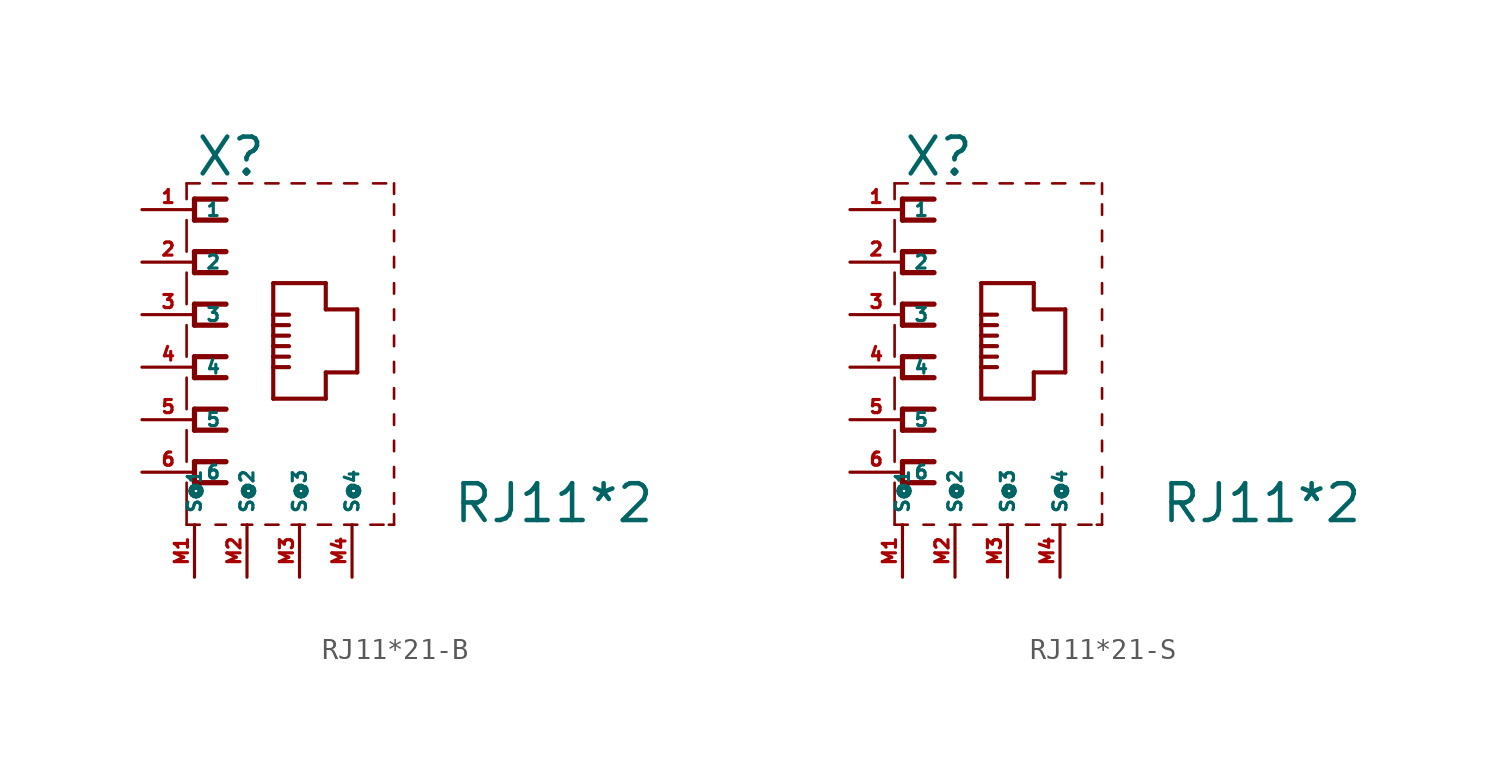
<source format=kicad_sym>
(kicad_symbol_lib
  (version 20220914)
  (generator Eagle2Kicad)
  (symbol "RJ11*21-B"
    (property "Reference" "X"
      (at -5.08 9.144 0)
      (effects (font (size 1.778 1.778) (thickness 0.22)) (justify left bottom)))
    (property "Value" "RJ11*2"
      (at 7.366 -7.62 0)
      (effects (font (size 1.778 1.778) (thickness 0.22)) (justify left bottom)))
    (polyline
      (pts (xy -3.556 8.128) (xy -5.08 8.128))
      (stroke (width 0.254) (type default))
      (fill (type none)))
    (polyline
      (pts (xy -5.08 8.128) (xy -5.08 7.112))
      (stroke (width 0.254) (type default))
      (fill (type none)))
    (polyline
      (pts (xy -5.08 7.112) (xy -3.556 7.112))
      (stroke (width 0.254) (type default))
      (fill (type none)))
    (polyline
      (pts (xy -3.556 5.588) (xy -5.08 5.588))
      (stroke (width 0.254) (type default))
      (fill (type none)))
    (polyline
      (pts (xy -5.08 5.588) (xy -5.08 4.572))
      (stroke (width 0.254) (type default))
      (fill (type none)))
    (polyline
      (pts (xy -5.08 4.572) (xy -3.556 4.572))
      (stroke (width 0.254) (type default))
      (fill (type none)))
    (polyline
      (pts (xy -3.556 3.048) (xy -5.08 3.048))
      (stroke (width 0.254) (type default))
      (fill (type none)))
    (polyline
      (pts (xy -5.08 3.048) (xy -5.08 2.032))
      (stroke (width 0.254) (type default))
      (fill (type none)))
    (polyline
      (pts (xy -5.08 2.032) (xy -3.556 2.032))
      (stroke (width 0.254) (type default))
      (fill (type none)))
    (polyline
      (pts (xy -3.556 0.508) (xy -5.08 0.508))
      (stroke (width 0.254) (type default))
      (fill (type none)))
    (polyline
      (pts (xy -5.08 0.508) (xy -5.08 -0.508))
      (stroke (width 0.254) (type default))
      (fill (type none)))
    (polyline
      (pts (xy -5.08 -0.508) (xy -3.556 -0.508))
      (stroke (width 0.254) (type default))
      (fill (type none)))
    (polyline
      (pts (xy -3.556 -2.032) (xy -5.08 -2.032))
      (stroke (width 0.254) (type default))
      (fill (type none)))
    (polyline
      (pts (xy -5.08 -2.032) (xy -5.08 -3.048))
      (stroke (width 0.254) (type default))
      (fill (type none)))
    (polyline
      (pts (xy -5.08 -3.048) (xy -3.556 -3.048))
      (stroke (width 0.254) (type default))
      (fill (type none)))
    (polyline
      (pts (xy -3.556 -4.572) (xy -5.08 -4.572))
      (stroke (width 0.254) (type default))
      (fill (type none)))
    (polyline
      (pts (xy -5.08 -4.572) (xy -5.08 -5.588))
      (stroke (width 0.254) (type default))
      (fill (type none)))
    (polyline
      (pts (xy -5.08 -5.588) (xy -3.556 -5.588))
      (stroke (width 0.254) (type default))
      (fill (type none)))
    (polyline
      (pts (xy -5.461 -7.62) (xy -4.826 -7.62))
      (stroke (width 0.127) (type default))
      (fill (type none)))
    (polyline
      (pts (xy -4.064 -7.62) (xy -3.556 -7.62))
      (stroke (width 0.127) (type default))
      (fill (type none)))
    (polyline
      (pts (xy -2.794 -7.62) (xy -2.286 -7.62))
      (stroke (width 0.127) (type default))
      (fill (type none)))
    (polyline
      (pts (xy 4.318 -7.62) (xy 4.572 -7.62))
      (stroke (width 0.127) (type default))
      (fill (type none)))
    (polyline
      (pts (xy 4.572 -7.62) (xy 4.572 -7.112))
      (stroke (width 0.127) (type default))
      (fill (type none)))
    (polyline
      (pts (xy 4.572 7.366) (xy 4.572 7.874))
      (stroke (width 0.127) (type default))
      (fill (type none)))
    (polyline
      (pts (xy 4.572 8.382) (xy 4.572 8.89))
      (stroke (width 0.127) (type default))
      (fill (type none)))
    (polyline
      (pts (xy -4.826 8.89) (xy -5.461 8.89))
      (stroke (width 0.127) (type default))
      (fill (type none)))
    (polyline
      (pts (xy -5.461 8.89) (xy -5.461 8.128))
      (stroke (width 0.127) (type default))
      (fill (type none)))
    (polyline
      (pts (xy -5.461 7.112) (xy -5.461 5.588))
      (stroke (width 0.127) (type default))
      (fill (type none)))
    (polyline
      (pts (xy -5.461 4.572) (xy -5.461 3.048))
      (stroke (width 0.127) (type default))
      (fill (type none)))
    (polyline
      (pts (xy -5.461 2.032) (xy -5.461 0.508))
      (stroke (width 0.127) (type default))
      (fill (type none)))
    (polyline
      (pts (xy -5.461 -0.508) (xy -5.461 -2.032))
      (stroke (width 0.127) (type default))
      (fill (type none)))
    (polyline
      (pts (xy -5.461 -3.048) (xy -5.461 -4.572))
      (stroke (width 0.127) (type default))
      (fill (type none)))
    (polyline
      (pts (xy -5.461 -5.588) (xy -5.461 -7.62))
      (stroke (width 0.127) (type default))
      (fill (type none)))
    (polyline
      (pts (xy -1.27 4.064) (xy -1.27 2.54))
      (stroke (width 0.2) (type default))
      (fill (type none)))
    (polyline
      (pts (xy -1.27 2.54) (xy -1.27 2.032))
      (stroke (width 0.2) (type default))
      (fill (type none)))
    (polyline
      (pts (xy -1.27 2.032) (xy -1.27 1.524))
      (stroke (width 0.2) (type default))
      (fill (type none)))
    (polyline
      (pts (xy -1.27 1.524) (xy -1.27 1.016))
      (stroke (width 0.2) (type default))
      (fill (type none)))
    (polyline
      (pts (xy -1.27 1.016) (xy -1.27 0.508))
      (stroke (width 0.2) (type default))
      (fill (type none)))
    (polyline
      (pts (xy -1.27 0.508) (xy -1.27 0))
      (stroke (width 0.2) (type default))
      (fill (type none)))
    (polyline
      (pts (xy -1.27 0) (xy -1.27 -1.524))
      (stroke (width 0.2) (type default))
      (fill (type none)))
    (polyline
      (pts (xy -1.27 -1.524) (xy 1.27 -1.524))
      (stroke (width 0.2) (type default))
      (fill (type none)))
    (polyline
      (pts (xy 1.27 -1.524) (xy 1.27 -0.254))
      (stroke (width 0.2) (type default))
      (fill (type none)))
    (polyline
      (pts (xy 1.27 -0.254) (xy 2.794 -0.254))
      (stroke (width 0.2) (type default))
      (fill (type none)))
    (polyline
      (pts (xy 2.794 -0.254) (xy 2.794 2.794))
      (stroke (width 0.2) (type default))
      (fill (type none)))
    (polyline
      (pts (xy 2.794 2.794) (xy 1.27 2.794))
      (stroke (width 0.2) (type default))
      (fill (type none)))
    (polyline
      (pts (xy 1.27 2.794) (xy 1.27 4.064))
      (stroke (width 0.2) (type default))
      (fill (type none)))
    (polyline
      (pts (xy 1.27 4.064) (xy -1.27 4.064))
      (stroke (width 0.2) (type default))
      (fill (type none)))
    (polyline
      (pts (xy -1.27 2.54) (xy -0.508 2.54))
      (stroke (width 0.2) (type default))
      (fill (type none)))
    (polyline
      (pts (xy -1.27 2.032) (xy -0.508 2.032))
      (stroke (width 0.2) (type default))
      (fill (type none)))
    (polyline
      (pts (xy -1.27 1.524) (xy -0.508 1.524))
      (stroke (width 0.2) (type default))
      (fill (type none)))
    (polyline
      (pts (xy -1.27 1.016) (xy -0.508 1.016))
      (stroke (width 0.2) (type default))
      (fill (type none)))
    (polyline
      (pts (xy -1.27 0.508) (xy -0.508 0.508))
      (stroke (width 0.2) (type default))
      (fill (type none)))
    (polyline
      (pts (xy -1.27 0) (xy -0.508 0))
      (stroke (width 0.2) (type default))
      (fill (type none)))
    (polyline
      (pts (xy 4.572 6.096) (xy 4.572 6.604))
      (stroke (width 0.127) (type default))
      (fill (type none)))
    (polyline
      (pts (xy 4.572 4.826) (xy 4.572 5.334))
      (stroke (width 0.127) (type default))
      (fill (type none)))
    (polyline
      (pts (xy 4.572 3.556) (xy 4.572 4.064))
      (stroke (width 0.127) (type default))
      (fill (type none)))
    (polyline
      (pts (xy 4.572 2.286) (xy 4.572 2.794))
      (stroke (width 0.127) (type default))
      (fill (type none)))
    (polyline
      (pts (xy 4.572 1.016) (xy 4.572 1.524))
      (stroke (width 0.127) (type default))
      (fill (type none)))
    (polyline
      (pts (xy 4.572 -0.254) (xy 4.572 0.254))
      (stroke (width 0.127) (type default))
      (fill (type none)))
    (polyline
      (pts (xy 4.572 -1.524) (xy 4.572 -1.016))
      (stroke (width 0.127) (type default))
      (fill (type none)))
    (polyline
      (pts (xy 4.572 -2.794) (xy 4.572 -2.286))
      (stroke (width 0.127) (type default))
      (fill (type none)))
    (polyline
      (pts (xy 4.572 -4.064) (xy 4.572 -3.556))
      (stroke (width 0.127) (type default))
      (fill (type none)))
    (polyline
      (pts (xy 4.572 -5.334) (xy 4.572 -4.826))
      (stroke (width 0.127) (type default))
      (fill (type none)))
    (polyline
      (pts (xy 4.572 -6.604) (xy 4.572 -6.096))
      (stroke (width 0.127) (type default))
      (fill (type none)))
    (polyline
      (pts (xy -1.016 -7.62) (xy -1.651 -7.62))
      (stroke (width 0.127) (type default))
      (fill (type none)))
    (polyline
      (pts (xy 0.254 -7.62) (xy -0.381 -7.62))
      (stroke (width 0.127) (type default))
      (fill (type none)))
    (polyline
      (pts (xy 1.524 -7.62) (xy 0.889 -7.62))
      (stroke (width 0.127) (type default))
      (fill (type none)))
    (polyline
      (pts (xy 2.794 -7.62) (xy 2.159 -7.62))
      (stroke (width 0.127) (type default))
      (fill (type none)))
    (polyline
      (pts (xy 4.064 -7.62) (xy 3.429 -7.62))
      (stroke (width 0.127) (type default))
      (fill (type none)))
    (polyline
      (pts (xy -3.556 8.89) (xy -4.191 8.89))
      (stroke (width 0.127) (type default))
      (fill (type none)))
    (polyline
      (pts (xy -2.286 8.89) (xy -2.921 8.89))
      (stroke (width 0.127) (type default))
      (fill (type none)))
    (polyline
      (pts (xy -1.016 8.89) (xy -1.651 8.89))
      (stroke (width 0.127) (type default))
      (fill (type none)))
    (polyline
      (pts (xy 0.254 8.89) (xy -0.381 8.89))
      (stroke (width 0.127) (type default))
      (fill (type none)))
    (polyline
      (pts (xy 1.524 8.89) (xy 0.889 8.89))
      (stroke (width 0.127) (type default))
      (fill (type none)))
    (polyline
      (pts (xy 2.794 8.89) (xy 2.159 8.89))
      (stroke (width 0.127) (type default))
      (fill (type none)))
    (polyline
      (pts (xy 3.556 8.89) (xy 4.191 8.89))
      (stroke (width 0.127) (type default))
      (fill (type none)))
    (pin passive line
      (at -7.62 7.62 0)
      (length 2.54)
      (name "1" (effects (font (size 0.635 0.635) (thickness 0.08)) (justify left bottom)))
      (number "1" (effects (font (size 0.635 0.635) (thickness 0.08)) (justify left bottom))))
    (pin passive line
      (at -7.62 5.08 0)
      (length 2.54)
      (name "2" (effects (font (size 0.635 0.635) (thickness 0.08)) (justify left bottom)))
      (number "2" (effects (font (size 0.635 0.635) (thickness 0.08)) (justify left bottom))))
    (pin passive line
      (at -7.62 2.54 0)
      (length 2.54)
      (name "3" (effects (font (size 0.635 0.635) (thickness 0.08)) (justify left bottom)))
      (number "3" (effects (font (size 0.635 0.635) (thickness 0.08)) (justify left bottom))))
    (pin passive line
      (at -7.62 0 0)
      (length 2.54)
      (name "4" (effects (font (size 0.635 0.635) (thickness 0.08)) (justify left bottom)))
      (number "4" (effects (font (size 0.635 0.635) (thickness 0.08)) (justify left bottom))))
    (pin passive line
      (at -7.62 -2.54 0)
      (length 2.54)
      (name "5" (effects (font (size 0.635 0.635) (thickness 0.08)) (justify left bottom)))
      (number "5" (effects (font (size 0.635 0.635) (thickness 0.08)) (justify left bottom))))
    (pin passive line
      (at -7.62 -5.08 0)
      (length 2.54)
      (name "6" (effects (font (size 0.635 0.635) (thickness 0.08)) (justify left bottom)))
      (number "6" (effects (font (size 0.635 0.635) (thickness 0.08)) (justify left bottom))))
    (pin passive line
      (at -2.54 -10.16 90)
      (length 2.54)
      (name "S@2" (effects (font (size 0.635 0.635) (thickness 0.08)) (justify left bottom)))
      (number "M2" (effects (font (size 0.635 0.635) (thickness 0.08)) (justify left bottom))))
    (pin passive line
      (at -5.08 -10.16 90)
      (length 2.54)
      (name "S@1" (effects (font (size 0.635 0.635) (thickness 0.08)) (justify left bottom)))
      (number "M1" (effects (font (size 0.635 0.635) (thickness 0.08)) (justify left bottom))))
    (pin passive line
      (at 0 -10.16 90)
      (length 2.54)
      (name "S@3" (effects (font (size 0.635 0.635) (thickness 0.08)) (justify left bottom)))
      (number "M3" (effects (font (size 0.635 0.635) (thickness 0.08)) (justify left bottom))))
    (pin passive line
      (at 2.54 -10.16 90)
      (length 2.54)
      (name "S@4" (effects (font (size 0.635 0.635) (thickness 0.08)) (justify left bottom)))
      (number "M4" (effects (font (size 0.635 0.635) (thickness 0.08)) (justify left bottom)))))
  (symbol "RJ11*21-S"
    (property "Reference" "X"
      (at -5.08 9.144 0)
      (effects (font (size 1.778 1.778) (thickness 0.22)) (justify left bottom)))
    (property "Value" "RJ11*2"
      (at 7.366 -7.62 0)
      (effects (font (size 1.778 1.778) (thickness 0.22)) (justify left bottom)))
    (polyline
      (pts (xy -3.556 8.128) (xy -5.08 8.128))
      (stroke (width 0.254) (type default))
      (fill (type none)))
    (polyline
      (pts (xy -5.08 8.128) (xy -5.08 7.112))
      (stroke (width 0.254) (type default))
      (fill (type none)))
    (polyline
      (pts (xy -5.08 7.112) (xy -3.556 7.112))
      (stroke (width 0.254) (type default))
      (fill (type none)))
    (polyline
      (pts (xy -3.556 5.588) (xy -5.08 5.588))
      (stroke (width 0.254) (type default))
      (fill (type none)))
    (polyline
      (pts (xy -5.08 5.588) (xy -5.08 4.572))
      (stroke (width 0.254) (type default))
      (fill (type none)))
    (polyline
      (pts (xy -5.08 4.572) (xy -3.556 4.572))
      (stroke (width 0.254) (type default))
      (fill (type none)))
    (polyline
      (pts (xy -3.556 3.048) (xy -5.08 3.048))
      (stroke (width 0.254) (type default))
      (fill (type none)))
    (polyline
      (pts (xy -5.08 3.048) (xy -5.08 2.032))
      (stroke (width 0.254) (type default))
      (fill (type none)))
    (polyline
      (pts (xy -5.08 2.032) (xy -3.556 2.032))
      (stroke (width 0.254) (type default))
      (fill (type none)))
    (polyline
      (pts (xy -3.556 0.508) (xy -5.08 0.508))
      (stroke (width 0.254) (type default))
      (fill (type none)))
    (polyline
      (pts (xy -5.08 0.508) (xy -5.08 -0.508))
      (stroke (width 0.254) (type default))
      (fill (type none)))
    (polyline
      (pts (xy -5.08 -0.508) (xy -3.556 -0.508))
      (stroke (width 0.254) (type default))
      (fill (type none)))
    (polyline
      (pts (xy -3.556 -2.032) (xy -5.08 -2.032))
      (stroke (width 0.254) (type default))
      (fill (type none)))
    (polyline
      (pts (xy -5.08 -2.032) (xy -5.08 -3.048))
      (stroke (width 0.254) (type default))
      (fill (type none)))
    (polyline
      (pts (xy -5.08 -3.048) (xy -3.556 -3.048))
      (stroke (width 0.254) (type default))
      (fill (type none)))
    (polyline
      (pts (xy -3.556 -4.572) (xy -5.08 -4.572))
      (stroke (width 0.254) (type default))
      (fill (type none)))
    (polyline
      (pts (xy -5.08 -4.572) (xy -5.08 -5.588))
      (stroke (width 0.254) (type default))
      (fill (type none)))
    (polyline
      (pts (xy -5.08 -5.588) (xy -3.556 -5.588))
      (stroke (width 0.254) (type default))
      (fill (type none)))
    (polyline
      (pts (xy -5.461 -7.62) (xy -4.826 -7.62))
      (stroke (width 0.127) (type default))
      (fill (type none)))
    (polyline
      (pts (xy -4.064 -7.62) (xy -3.556 -7.62))
      (stroke (width 0.127) (type default))
      (fill (type none)))
    (polyline
      (pts (xy -2.794 -7.62) (xy -2.286 -7.62))
      (stroke (width 0.127) (type default))
      (fill (type none)))
    (polyline
      (pts (xy 4.318 -7.62) (xy 4.572 -7.62))
      (stroke (width 0.127) (type default))
      (fill (type none)))
    (polyline
      (pts (xy 4.572 -7.62) (xy 4.572 -7.112))
      (stroke (width 0.127) (type default))
      (fill (type none)))
    (polyline
      (pts (xy 4.572 7.366) (xy 4.572 7.874))
      (stroke (width 0.127) (type default))
      (fill (type none)))
    (polyline
      (pts (xy 4.572 8.382) (xy 4.572 8.89))
      (stroke (width 0.127) (type default))
      (fill (type none)))
    (polyline
      (pts (xy -4.826 8.89) (xy -5.461 8.89))
      (stroke (width 0.127) (type default))
      (fill (type none)))
    (polyline
      (pts (xy -5.461 8.89) (xy -5.461 8.128))
      (stroke (width 0.127) (type default))
      (fill (type none)))
    (polyline
      (pts (xy -5.461 7.112) (xy -5.461 5.588))
      (stroke (width 0.127) (type default))
      (fill (type none)))
    (polyline
      (pts (xy -5.461 4.572) (xy -5.461 3.048))
      (stroke (width 0.127) (type default))
      (fill (type none)))
    (polyline
      (pts (xy -5.461 2.032) (xy -5.461 0.508))
      (stroke (width 0.127) (type default))
      (fill (type none)))
    (polyline
      (pts (xy -5.461 -0.508) (xy -5.461 -2.032))
      (stroke (width 0.127) (type default))
      (fill (type none)))
    (polyline
      (pts (xy -5.461 -3.048) (xy -5.461 -4.572))
      (stroke (width 0.127) (type default))
      (fill (type none)))
    (polyline
      (pts (xy -5.461 -5.588) (xy -5.461 -7.62))
      (stroke (width 0.127) (type default))
      (fill (type none)))
    (polyline
      (pts (xy -1.27 4.064) (xy -1.27 2.54))
      (stroke (width 0.2) (type default))
      (fill (type none)))
    (polyline
      (pts (xy -1.27 2.54) (xy -1.27 2.032))
      (stroke (width 0.2) (type default))
      (fill (type none)))
    (polyline
      (pts (xy -1.27 2.032) (xy -1.27 1.524))
      (stroke (width 0.2) (type default))
      (fill (type none)))
    (polyline
      (pts (xy -1.27 1.524) (xy -1.27 1.016))
      (stroke (width 0.2) (type default))
      (fill (type none)))
    (polyline
      (pts (xy -1.27 1.016) (xy -1.27 0.508))
      (stroke (width 0.2) (type default))
      (fill (type none)))
    (polyline
      (pts (xy -1.27 0.508) (xy -1.27 0))
      (stroke (width 0.2) (type default))
      (fill (type none)))
    (polyline
      (pts (xy -1.27 0) (xy -1.27 -1.524))
      (stroke (width 0.2) (type default))
      (fill (type none)))
    (polyline
      (pts (xy -1.27 -1.524) (xy 1.27 -1.524))
      (stroke (width 0.2) (type default))
      (fill (type none)))
    (polyline
      (pts (xy 1.27 -1.524) (xy 1.27 -0.254))
      (stroke (width 0.2) (type default))
      (fill (type none)))
    (polyline
      (pts (xy 1.27 -0.254) (xy 2.794 -0.254))
      (stroke (width 0.2) (type default))
      (fill (type none)))
    (polyline
      (pts (xy 2.794 -0.254) (xy 2.794 2.794))
      (stroke (width 0.2) (type default))
      (fill (type none)))
    (polyline
      (pts (xy 2.794 2.794) (xy 1.27 2.794))
      (stroke (width 0.2) (type default))
      (fill (type none)))
    (polyline
      (pts (xy 1.27 2.794) (xy 1.27 4.064))
      (stroke (width 0.2) (type default))
      (fill (type none)))
    (polyline
      (pts (xy 1.27 4.064) (xy -1.27 4.064))
      (stroke (width 0.2) (type default))
      (fill (type none)))
    (polyline
      (pts (xy -1.27 2.54) (xy -0.508 2.54))
      (stroke (width 0.2) (type default))
      (fill (type none)))
    (polyline
      (pts (xy -1.27 2.032) (xy -0.508 2.032))
      (stroke (width 0.2) (type default))
      (fill (type none)))
    (polyline
      (pts (xy -1.27 1.524) (xy -0.508 1.524))
      (stroke (width 0.2) (type default))
      (fill (type none)))
    (polyline
      (pts (xy -1.27 1.016) (xy -0.508 1.016))
      (stroke (width 0.2) (type default))
      (fill (type none)))
    (polyline
      (pts (xy -1.27 0.508) (xy -0.508 0.508))
      (stroke (width 0.2) (type default))
      (fill (type none)))
    (polyline
      (pts (xy -1.27 0) (xy -0.508 0))
      (stroke (width 0.2) (type default))
      (fill (type none)))
    (polyline
      (pts (xy 4.572 6.096) (xy 4.572 6.604))
      (stroke (width 0.127) (type default))
      (fill (type none)))
    (polyline
      (pts (xy 4.572 4.826) (xy 4.572 5.334))
      (stroke (width 0.127) (type default))
      (fill (type none)))
    (polyline
      (pts (xy 4.572 3.556) (xy 4.572 4.064))
      (stroke (width 0.127) (type default))
      (fill (type none)))
    (polyline
      (pts (xy 4.572 2.286) (xy 4.572 2.794))
      (stroke (width 0.127) (type default))
      (fill (type none)))
    (polyline
      (pts (xy 4.572 1.016) (xy 4.572 1.524))
      (stroke (width 0.127) (type default))
      (fill (type none)))
    (polyline
      (pts (xy 4.572 -0.254) (xy 4.572 0.254))
      (stroke (width 0.127) (type default))
      (fill (type none)))
    (polyline
      (pts (xy 4.572 -1.524) (xy 4.572 -1.016))
      (stroke (width 0.127) (type default))
      (fill (type none)))
    (polyline
      (pts (xy 4.572 -2.794) (xy 4.572 -2.286))
      (stroke (width 0.127) (type default))
      (fill (type none)))
    (polyline
      (pts (xy 4.572 -4.064) (xy 4.572 -3.556))
      (stroke (width 0.127) (type default))
      (fill (type none)))
    (polyline
      (pts (xy 4.572 -5.334) (xy 4.572 -4.826))
      (stroke (width 0.127) (type default))
      (fill (type none)))
    (polyline
      (pts (xy 4.572 -6.604) (xy 4.572 -6.096))
      (stroke (width 0.127) (type default))
      (fill (type none)))
    (polyline
      (pts (xy -1.016 -7.62) (xy -1.651 -7.62))
      (stroke (width 0.127) (type default))
      (fill (type none)))
    (polyline
      (pts (xy 0.254 -7.62) (xy -0.381 -7.62))
      (stroke (width 0.127) (type default))
      (fill (type none)))
    (polyline
      (pts (xy 1.524 -7.62) (xy 0.889 -7.62))
      (stroke (width 0.127) (type default))
      (fill (type none)))
    (polyline
      (pts (xy 2.794 -7.62) (xy 2.159 -7.62))
      (stroke (width 0.127) (type default))
      (fill (type none)))
    (polyline
      (pts (xy 4.064 -7.62) (xy 3.429 -7.62))
      (stroke (width 0.127) (type default))
      (fill (type none)))
    (polyline
      (pts (xy -3.556 8.89) (xy -4.191 8.89))
      (stroke (width 0.127) (type default))
      (fill (type none)))
    (polyline
      (pts (xy -2.286 8.89) (xy -2.921 8.89))
      (stroke (width 0.127) (type default))
      (fill (type none)))
    (polyline
      (pts (xy -1.016 8.89) (xy -1.651 8.89))
      (stroke (width 0.127) (type default))
      (fill (type none)))
    (polyline
      (pts (xy 0.254 8.89) (xy -0.381 8.89))
      (stroke (width 0.127) (type default))
      (fill (type none)))
    (polyline
      (pts (xy 1.524 8.89) (xy 0.889 8.89))
      (stroke (width 0.127) (type default))
      (fill (type none)))
    (polyline
      (pts (xy 2.794 8.89) (xy 2.159 8.89))
      (stroke (width 0.127) (type default))
      (fill (type none)))
    (polyline
      (pts (xy 3.556 8.89) (xy 4.191 8.89))
      (stroke (width 0.127) (type default))
      (fill (type none)))
    (pin passive line
      (at -7.62 7.62 0)
      (length 2.54)
      (name "1" (effects (font (size 0.635 0.635) (thickness 0.08)) (justify left bottom)))
      (number "1" (effects (font (size 0.635 0.635) (thickness 0.08)) (justify left bottom))))
    (pin passive line
      (at -7.62 5.08 0)
      (length 2.54)
      (name "2" (effects (font (size 0.635 0.635) (thickness 0.08)) (justify left bottom)))
      (number "2" (effects (font (size 0.635 0.635) (thickness 0.08)) (justify left bottom))))
    (pin passive line
      (at -7.62 2.54 0)
      (length 2.54)
      (name "3" (effects (font (size 0.635 0.635) (thickness 0.08)) (justify left bottom)))
      (number "3" (effects (font (size 0.635 0.635) (thickness 0.08)) (justify left bottom))))
    (pin passive line
      (at -7.62 0 0)
      (length 2.54)
      (name "4" (effects (font (size 0.635 0.635) (thickness 0.08)) (justify left bottom)))
      (number "4" (effects (font (size 0.635 0.635) (thickness 0.08)) (justify left bottom))))
    (pin passive line
      (at -7.62 -2.54 0)
      (length 2.54)
      (name "5" (effects (font (size 0.635 0.635) (thickness 0.08)) (justify left bottom)))
      (number "5" (effects (font (size 0.635 0.635) (thickness 0.08)) (justify left bottom))))
    (pin passive line
      (at -7.62 -5.08 0)
      (length 2.54)
      (name "6" (effects (font (size 0.635 0.635) (thickness 0.08)) (justify left bottom)))
      (number "6" (effects (font (size 0.635 0.635) (thickness 0.08)) (justify left bottom))))
    (pin passive line
      (at -2.54 -10.16 90)
      (length 2.54)
      (name "S@2" (effects (font (size 0.635 0.635) (thickness 0.08)) (justify left bottom)))
      (number "M2" (effects (font (size 0.635 0.635) (thickness 0.08)) (justify left bottom))))
    (pin passive line
      (at -5.08 -10.16 90)
      (length 2.54)
      (name "S@1" (effects (font (size 0.635 0.635) (thickness 0.08)) (justify left bottom)))
      (number "M1" (effects (font (size 0.635 0.635) (thickness 0.08)) (justify left bottom))))
    (pin passive line
      (at 0 -10.16 90)
      (length 2.54)
      (name "S@3" (effects (font (size 0.635 0.635) (thickness 0.08)) (justify left bottom)))
      (number "M3" (effects (font (size 0.635 0.635) (thickness 0.08)) (justify left bottom))))
    (pin passive line
      (at 2.54 -10.16 90)
      (length 2.54)
      (name "S@4" (effects (font (size 0.635 0.635) (thickness 0.08)) (justify left bottom)))
      (number "M4" (effects (font (size 0.635 0.635) (thickness 0.08)) (justify left bottom))))))
</source>
